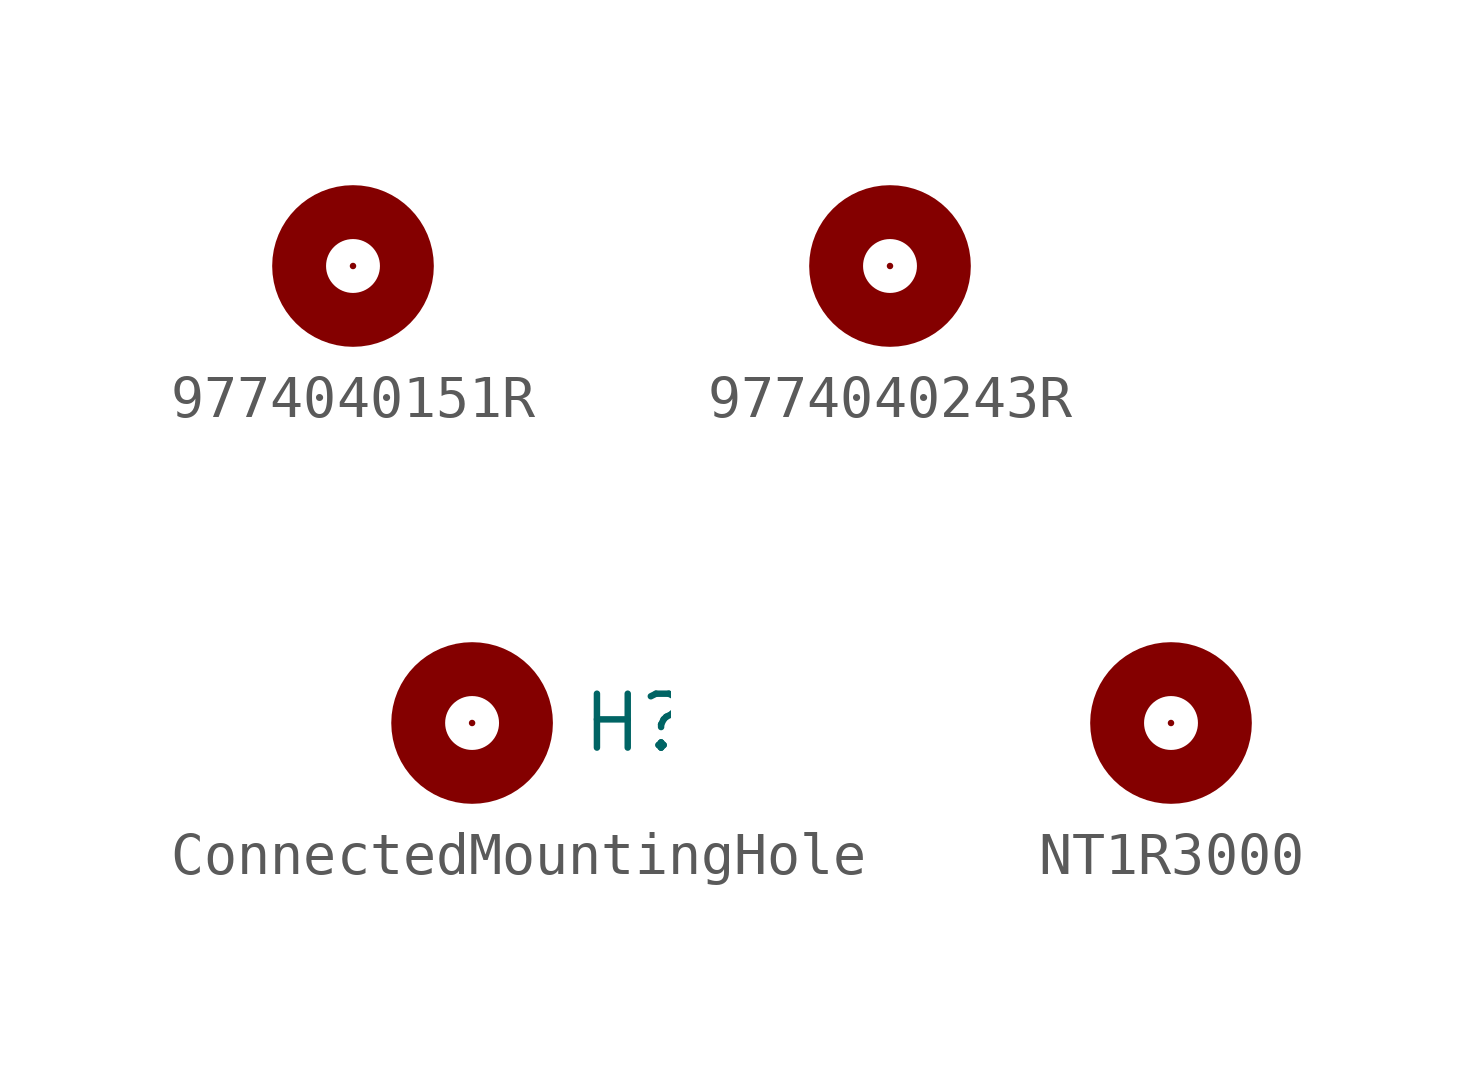
<source format=kicad_sym>
(kicad_symbol_lib
  (version 20241209)
  (generator "kicad_symbol_editor")
  (generator_version "9.0")
  (symbol "9774040151R"
    (pin_numbers
      (hide yes))
    (pin_names
      (hide yes))
    (property "Reference" "H"
      (at 2.54 0 0)
      (effects (font (size 1.27 1.27)) (justify left) (hide yes)))
    (symbol "9774040151R_1_1"
      (circle (center 0 0) (radius 1.27) (stroke (width 1.27) (type default)) (fill (type none)))
      (pin passive line (at 0 0 0) (length 0) (name "1" (effects (font (size 1.27 1.27)))) (number "1" (effects (font (size 1.27 1.27)))))))
  (symbol "9774040243R"
    (pin_numbers
      (hide yes))
    (pin_names
      (hide yes))
    (property "Reference" "H"
      (at 2.54 0 0)
      (effects (font (size 1.27 1.27)) (justify left) (hide yes)))
    (symbol "9774040243R_1_1"
      (circle (center 0 0) (radius 1.27) (stroke (width 1.27) (type default)) (fill (type none)))
      (pin passive line (at 0 0 0) (length 0) (name "1" (effects (font (size 1.27 1.27)))) (number "1" (effects (font (size 1.27 1.27)))))))
  (symbol "ConnectedMountingHole"
    (pin_numbers
      (hide yes))
    (pin_names
      (hide yes))
    (property "Reference" "H"
      (at 2.54 0 0)
      (effects (font (size 1.27 1.27)) (justify left)))
    (symbol "ConnectedMountingHole_1_1"
      (circle (center 0 0) (radius 1.27) (stroke (width 1.27) (type default)) (fill (type none)))
      (pin passive line (at 0 0 0) (length 0) (name "1" (effects (font (size 1.27 1.27)))) (number "1" (effects (font (size 1.27 1.27)))))))
  (symbol "NT1R3000"
    (pin_numbers
      (hide yes))
    (pin_names
      (hide yes))
    (property "Reference" "H"
      (at 2.54 0 0)
      (effects (font (size 1.27 1.27)) (justify left) (hide yes)))
    (symbol "NT1R3000_1_1"
      (circle (center 0 0) (radius 1.27) (stroke (width 1.27) (type default)) (fill (type none)))
      (pin passive line (at 0 0 0) (length 0) (name "1" (effects (font (size 1.27 1.27)))) (number "1" (effects (font (size 1.27 1.27))))))))
</source>
